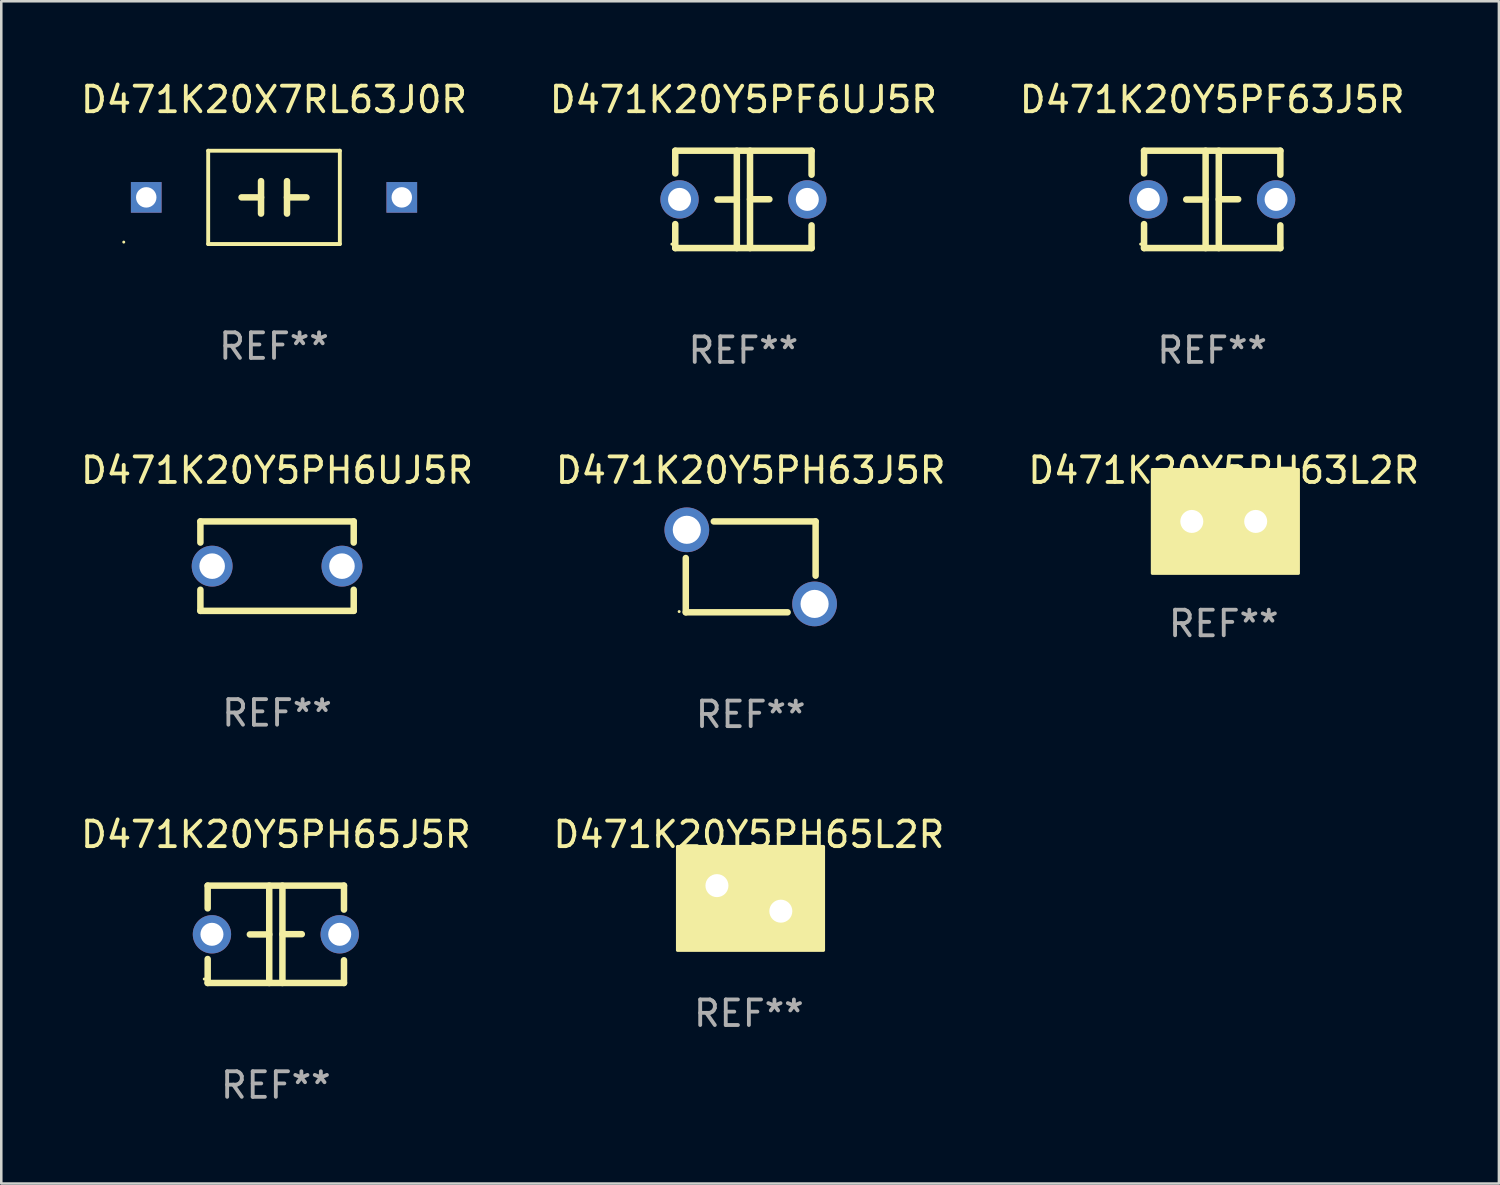
<source format=kicad_pcb>
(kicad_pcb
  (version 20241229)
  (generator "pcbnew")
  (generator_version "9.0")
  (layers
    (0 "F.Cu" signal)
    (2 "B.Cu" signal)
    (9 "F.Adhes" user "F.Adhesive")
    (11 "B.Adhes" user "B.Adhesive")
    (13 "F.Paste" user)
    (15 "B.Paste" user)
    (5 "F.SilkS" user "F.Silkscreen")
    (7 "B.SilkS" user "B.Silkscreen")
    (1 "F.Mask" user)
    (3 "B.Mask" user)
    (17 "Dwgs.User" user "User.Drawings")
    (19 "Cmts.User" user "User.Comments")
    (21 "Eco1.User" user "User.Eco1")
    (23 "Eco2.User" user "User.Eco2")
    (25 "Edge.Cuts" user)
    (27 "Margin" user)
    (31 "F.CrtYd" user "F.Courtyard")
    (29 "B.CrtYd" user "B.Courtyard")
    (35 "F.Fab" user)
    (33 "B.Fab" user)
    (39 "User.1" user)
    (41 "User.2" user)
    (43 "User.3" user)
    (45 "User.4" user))
  (footprint "D471K20Y5PH65J5R"
    (layer "F.Cu")
    (at 7.744 33.512)
    (property "Reference" "D471K20Y5PH65J5R" (at 0 -3.905 0) (layer "F.SilkS") (effects (font (size 1 1) (thickness 0.15))))
    (attr through_hole)
    (fp_line (start -2.667 -1.905) (end -2.667 -1.016) (stroke (width 0.254) (type solid)) (layer "F.SilkS"))
    (fp_line (start -2.667 0.967) (end -2.667 1.905) (stroke (width 0.254) (type solid)) (layer "F.SilkS"))
    (fp_line (start -2.667 1.905) (end 2.667 1.905) (stroke (width 0.254) (type solid)) (layer "F.SilkS"))
    (fp_line (start -0.258 0.005) (end -1.016 0.005) (stroke (width 0.254) (type solid)) (layer "F.SilkS"))
    (fp_line (start -0.258 1.905) (end -0.258 -1.905) (stroke (width 0.254) (type solid)) (layer "F.SilkS"))
    (fp_line (start 0.258 -1.905) (end 0.258 1.905) (stroke (width 0.254) (type solid)) (layer "F.SilkS"))
    (fp_line (start 0.258 -0.005) (end 1.016 -0.005) (stroke (width 0.254) (type solid)) (layer "F.SilkS"))
    (fp_line (start 2.667 -1.905) (end -2.667 -1.905) (stroke (width 0.254) (type solid)) (layer "F.SilkS"))
    (fp_line (start 2.667 -0.967) (end 2.667 -1.905) (stroke (width 0.254) (type solid)) (layer "F.SilkS"))
    (fp_line (start 2.667 1.905) (end 2.667 1.016) (stroke (width 0.254) (type solid)) (layer "F.SilkS"))
    (fp_circle (center -2.8 1.75) (end -2.77 1.75) (stroke (width 0.06) (type solid)) (fill no) (layer "F.SilkS"))
    (fp_text user "REF**" (at 0 5.905 0) (layer "F.Fab") (effects (font (size 1 1) (thickness 0.15))))
    (pad "1" thru_hole circle (at -2.5 0) (size 1.5 1.5) (drill 0.9) (layers "*.Cu" "*.Mask"))
    (pad "2" thru_hole circle (at 2.5 0) (size 1.5 1.5) (drill 0.9) (layers "*.Cu" "*.Mask")))
  (footprint "D471K20X7RL63J0R"
    (layer "F.Cu")
    (at 7.673 4.674)
    (property "Reference" "D471K20X7RL63J0R" (at 0 -3.826 0) (layer "F.SilkS") (effects (font (size 1 1) (thickness 0.15))))
    (attr through_hole)
    (fp_line (start -2.576 -1.826) (end 2.576 -1.826) (stroke (width 0.152) (type solid)) (layer "F.SilkS"))
    (fp_line (start -2.576 1.826) (end -2.576 -1.826) (stroke (width 0.152) (type solid)) (layer "F.SilkS"))
    (fp_line (start -0.508 -0.000013) (end -1.27 -0.000013) (stroke (width 0.254) (type solid)) (layer "F.SilkS"))
    (fp_line (start -0.508 0.635) (end -0.508 -0.635) (stroke (width 0.254) (type solid)) (layer "F.SilkS"))
    (fp_line (start 0.508 -0.635) (end 0.508 0.635) (stroke (width 0.254) (type solid)) (layer "F.SilkS"))
    (fp_line (start 0.508 -0.000013) (end 1.27 -0.000013) (stroke (width 0.254) (type solid)) (layer "F.SilkS"))
    (fp_line (start 2.576 -1.826) (end 2.576 1.826) (stroke (width 0.152) (type solid)) (layer "F.SilkS"))
    (fp_line (start 2.576 1.826) (end -2.576 1.826) (stroke (width 0.152) (type solid)) (layer "F.SilkS"))
    (fp_circle (center -5.88 1.75) (end -5.85 1.75) (stroke (width 0.06) (type solid)) (fill no) (layer "F.SilkS"))
    (fp_text user "REF**" (at 0 5.826 0) (layer "F.Fab") (effects (font (size 1 1) (thickness 0.15))))
    (pad "1" thru_hole rect (at -5 -0.000013) (size 1.2 1.2) (drill 0.8) (layers "*.Cu" "*.Mask"))
    (pad "2" thru_hole rect (at 5 -0.000013 180) (size 1.2 1.2) (drill 0.8) (layers "*.Cu" "*.Mask")))
  (footprint "D471K20Y5PH65L2R"
    (layer "F.Cu")
    (at 26.256 32.107)
    (property "Reference" "D471K20Y5PH65L2R" (at 0 -2.5 0) (layer "F.SilkS") (effects (font (size 1 1) (thickness 0.15))))
    (attr through_hole)
    (fp_circle (center -2.5 -1.75) (end -2.47 -1.75) (stroke (width 0.06) (type solid)) (fill no) (layer "F.SilkS"))
    (fp_poly (pts (xy -2.794 -2.032) (xy 2.921 -2.032) (xy 2.921 2.032) (xy -2.794 2.032)) (stroke (width 0.12) (type solid)) (fill yes) (layer "F.SilkS"))
    (fp_text user "REF**" (at 0 4.5 0) (layer "F.Fab") (effects (font (size 1 1) (thickness 0.15))))
    (pad "1" thru_hole circle (at -1.25 -0.5) (size 1.5 1.5) (drill 0.9) (layers "*.Cu" "*.Mask"))
    (pad "2" thru_hole circle (at 1.25 0.5) (size 1.5 1.5) (drill 0.9) (layers "*.Cu" "*.Mask")))
  (footprint "D471K20Y5PH63L2R"
    (layer "F.Cu")
    (at 44.839 17.355)
    (property "Reference" "D471K20Y5PH63L2R" (at 0 -2 0) (layer "F.SilkS") (effects (font (size 1 1) (thickness 0.15))))
    (attr through_hole)
    (fp_circle (center -2.5 1.75) (end -2.47 1.75) (stroke (width 0.06) (type solid)) (fill no) (layer "F.SilkS"))
    (fp_poly (pts (xy -2.794 -2.032) (xy 2.921 -2.032) (xy 2.921 2.032) (xy -2.794 2.032)) (stroke (width 0.12) (type solid)) (fill yes) (layer "F.SilkS"))
    (fp_text user "REF**" (at 0 4 0) (layer "F.Fab") (effects (font (size 1 1) (thickness 0.15))))
    (pad "1" thru_hole circle (at -1.25 0) (size 1.5 1.5) (drill 0.9) (layers "*.Cu" "*.Mask"))
    (pad "2" thru_hole circle (at 1.25 0) (size 1.5 1.5) (drill 0.9) (layers "*.Cu" "*.Mask")))
  (footprint "D471K20Y5PH63J5R"
    (layer "F.Cu")
    (at 26.327 19.133)
    (property "Reference" "D471K20Y5PH63J5R" (at 0 -3.778 0) (layer "F.SilkS") (effects (font (size 1 1) (thickness 0.15))))
    (attr through_hole)
    (fp_line (start -2.54 1.778) (end -2.54 -0.345) (stroke (width 0.254) (type solid)) (layer "F.SilkS"))
    (fp_line (start 1.444 1.778) (end -2.54 1.778) (stroke (width 0.254) (type solid)) (layer "F.SilkS"))
    (fp_line (start 2.54 -1.778) (end -1.444 -1.778) (stroke (width 0.254) (type solid)) (layer "F.SilkS"))
    (fp_line (start 2.54 -1.778) (end 2.54 0.345) (stroke (width 0.254) (type solid)) (layer "F.SilkS"))
    (fp_circle (center -2.8 1.75) (end -2.77 1.75) (stroke (width 0.06) (type solid)) (fill no) (layer "F.SilkS"))
    (fp_text user "REF**" (at 0 5.778 0) (layer "F.Fab") (effects (font (size 1 1) (thickness 0.15))))
    (pad "1" thru_hole circle (at -2.5 -1.45) (size 1.75 1.75) (drill 1.1) (layers "*.Cu" "*.Mask"))
    (pad "2" thru_hole circle (at 2.5 1.45) (size 1.75 1.75) (drill 1.1) (layers "*.Cu" "*.Mask")))
  (footprint "D471K20Y5PH6UJ5R"
    (layer "F.Cu")
    (at 7.792 19.105)
    (property "Reference" "D471K20Y5PH6UJ5R" (at 0 -3.75 0) (layer "F.SilkS") (effects (font (size 1 1) (thickness 0.15))))
    (attr through_hole)
    (fp_line (start -3 -1.75) (end -3 -0.923) (stroke (width 0.254) (type solid)) (layer "F.SilkS"))
    (fp_line (start -3 -1.75) (end 3 -1.75) (stroke (width 0.254) (type solid)) (layer "F.SilkS"))
    (fp_line (start -3 0.923) (end -3 1.75) (stroke (width 0.254) (type solid)) (layer "F.SilkS"))
    (fp_line (start 3 -1.75) (end 3 -0.923) (stroke (width 0.254) (type solid)) (layer "F.SilkS"))
    (fp_line (start 3 0.923) (end 3 1.75) (stroke (width 0.254) (type solid)) (layer "F.SilkS"))
    (fp_line (start 3 1.75) (end -3 1.75) (stroke (width 0.254) (type solid)) (layer "F.SilkS"))
    (fp_circle (center -3 1.75) (end -2.97 1.75) (stroke (width 0.06) (type solid)) (fill no) (layer "F.SilkS"))
    (fp_text user "REF**" (at 0 5.75 0) (layer "F.Fab") (effects (font (size 1 1) (thickness 0.15))))
    (pad "1" thru_hole circle (at -2.54 -0.000025) (size 1.6 1.6) (drill 1) (layers "*.Cu" "*.Mask"))
    (pad "2" thru_hole circle (at 2.54 -0.000025) (size 1.6 1.6) (drill 1) (layers "*.Cu" "*.Mask")))
  (footprint "D471K20Y5PF63J5R"
    (layer "F.Cu")
    (at 44.387 4.753)
    (property "Reference" "D471K20Y5PF63J5R" (at 0 -3.905 0) (layer "F.SilkS") (effects (font (size 1 1) (thickness 0.15))))
    (attr through_hole)
    (fp_line (start -2.667 -1.905) (end -2.667 -1.016) (stroke (width 0.254) (type solid)) (layer "F.SilkS"))
    (fp_line (start -2.667 0.967) (end -2.667 1.905) (stroke (width 0.254) (type solid)) (layer "F.SilkS"))
    (fp_line (start -2.667 1.905) (end 2.667 1.905) (stroke (width 0.254) (type solid)) (layer "F.SilkS"))
    (fp_line (start -0.258 0.005) (end -1.016 0.005) (stroke (width 0.254) (type solid)) (layer "F.SilkS"))
    (fp_line (start -0.258 1.905) (end -0.258 -1.905) (stroke (width 0.254) (type solid)) (layer "F.SilkS"))
    (fp_line (start 0.258 -1.905) (end 0.258 1.905) (stroke (width 0.254) (type solid)) (layer "F.SilkS"))
    (fp_line (start 0.258 -0.005) (end 1.016 -0.005) (stroke (width 0.254) (type solid)) (layer "F.SilkS"))
    (fp_line (start 2.667 -1.905) (end -2.667 -1.905) (stroke (width 0.254) (type solid)) (layer "F.SilkS"))
    (fp_line (start 2.667 -0.967) (end 2.667 -1.905) (stroke (width 0.254) (type solid)) (layer "F.SilkS"))
    (fp_line (start 2.667 1.905) (end 2.667 1.016) (stroke (width 0.254) (type solid)) (layer "F.SilkS"))
    (fp_circle (center -2.8 1.75) (end -2.77 1.75) (stroke (width 0.06) (type solid)) (fill no) (layer "F.SilkS"))
    (fp_text user "REF**" (at 0 5.905 0) (layer "F.Fab") (effects (font (size 1 1) (thickness 0.15))))
    (pad "1" thru_hole circle (at -2.5 0) (size 1.5 1.5) (drill 0.9) (layers "*.Cu" "*.Mask"))
    (pad "2" thru_hole circle (at 2.5 0) (size 1.5 1.5) (drill 0.9) (layers "*.Cu" "*.Mask")))
  (footprint "D471K20Y5PF6UJ5R"
    (layer "F.Cu")
    (at 26.042 4.753)
    (property "Reference" "D471K20Y5PF6UJ5R" (at 0 -3.905 0) (layer "F.SilkS") (effects (font (size 1 1) (thickness 0.15))))
    (attr through_hole)
    (fp_line (start -2.667 -1.905) (end -2.667 -1.016) (stroke (width 0.254) (type solid)) (layer "F.SilkS"))
    (fp_line (start -2.667 0.967) (end -2.667 1.905) (stroke (width 0.254) (type solid)) (layer "F.SilkS"))
    (fp_line (start -2.667 1.905) (end 2.667 1.905) (stroke (width 0.254) (type solid)) (layer "F.SilkS"))
    (fp_line (start -0.258 0.005) (end -1.016 0.005) (stroke (width 0.254) (type solid)) (layer "F.SilkS"))
    (fp_line (start -0.258 1.905) (end -0.258 -1.905) (stroke (width 0.254) (type solid)) (layer "F.SilkS"))
    (fp_line (start 0.258 -1.905) (end 0.258 1.905) (stroke (width 0.254) (type solid)) (layer "F.SilkS"))
    (fp_line (start 0.258 -0.005) (end 1.016 -0.005) (stroke (width 0.254) (type solid)) (layer "F.SilkS"))
    (fp_line (start 2.667 -1.905) (end -2.667 -1.905) (stroke (width 0.254) (type solid)) (layer "F.SilkS"))
    (fp_line (start 2.667 -0.967) (end 2.667 -1.905) (stroke (width 0.254) (type solid)) (layer "F.SilkS"))
    (fp_line (start 2.667 1.905) (end 2.667 1.016) (stroke (width 0.254) (type solid)) (layer "F.SilkS"))
    (fp_circle (center -2.8 1.75) (end -2.77 1.75) (stroke (width 0.06) (type solid)) (fill no) (layer "F.SilkS"))
    (fp_text user "REF**" (at 0 5.905 0) (layer "F.Fab") (effects (font (size 1 1) (thickness 0.15))))
    (pad "1" thru_hole circle (at -2.5 0) (size 1.5 1.5) (drill 0.9) (layers "*.Cu" "*.Mask"))
    (pad "2" thru_hole circle (at 2.5 0) (size 1.5 1.5) (drill 0.9) (layers "*.Cu" "*.Mask")))
  (gr_rect
    (start -3 -3)
    (end 55.607 43.266)
    (stroke (width 0.1) (type default))
    (fill no)
    (layer "Edge.Cuts")))
</source>
